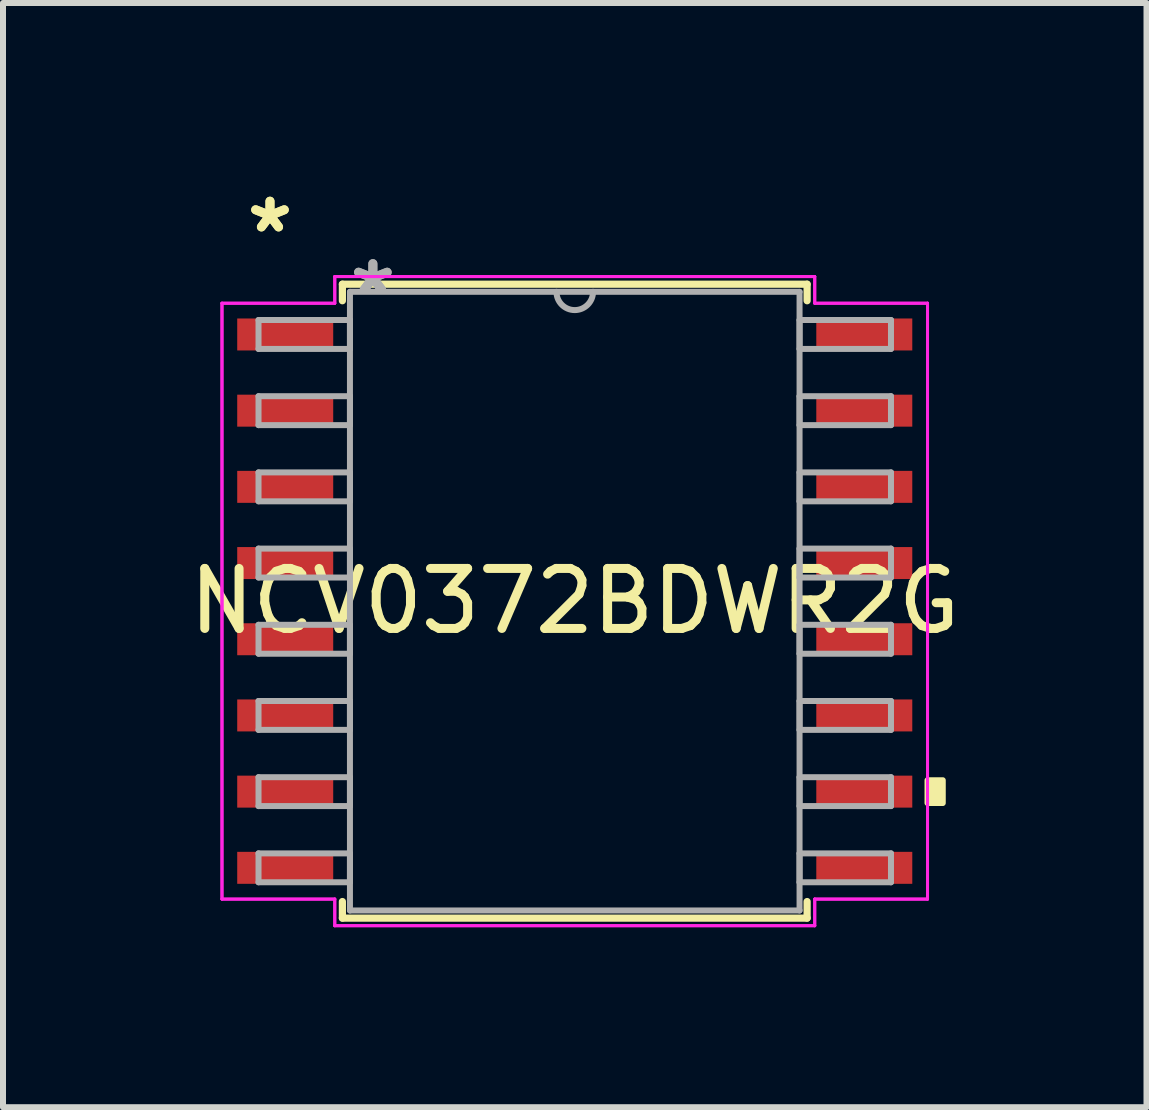
<source format=kicad_pcb>
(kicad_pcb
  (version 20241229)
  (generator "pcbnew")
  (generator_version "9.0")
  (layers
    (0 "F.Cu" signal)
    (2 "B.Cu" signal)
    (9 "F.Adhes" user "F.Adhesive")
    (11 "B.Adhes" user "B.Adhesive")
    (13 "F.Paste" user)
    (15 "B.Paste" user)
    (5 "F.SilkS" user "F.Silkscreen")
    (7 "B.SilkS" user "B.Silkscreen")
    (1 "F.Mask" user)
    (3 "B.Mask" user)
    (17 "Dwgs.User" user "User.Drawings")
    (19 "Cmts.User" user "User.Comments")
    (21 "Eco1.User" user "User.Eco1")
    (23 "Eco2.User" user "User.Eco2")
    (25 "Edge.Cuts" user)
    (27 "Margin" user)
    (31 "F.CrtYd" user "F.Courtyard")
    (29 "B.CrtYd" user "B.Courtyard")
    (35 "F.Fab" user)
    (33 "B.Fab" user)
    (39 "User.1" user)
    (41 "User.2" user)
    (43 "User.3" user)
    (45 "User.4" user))
  (footprint "NCV0372BDWR2G"
    (layer "F.Cu")
    (at 6.53 6.97)
    (property "Reference" "NCV0372BDWR2G" (at 0 0 0) (layer "F.SilkS") (effects (font (size 1 1) (thickness 0.15))))
    (attr through_hole)
    (fp_line (start -3.873 -5.283) (end -3.873 -5.007) (stroke (width 0.12) (type solid)) (layer "F.SilkS"))
    (fp_line (start -3.873 5.007) (end -3.873 5.283) (stroke (width 0.12) (type solid)) (layer "F.SilkS"))
    (fp_line (start -3.873 5.283) (end 3.873 5.283) (stroke (width 0.12) (type solid)) (layer "F.SilkS"))
    (fp_line (start 3.873 -5.283) (end -3.873 -5.283) (stroke (width 0.12) (type solid)) (layer "F.SilkS"))
    (fp_line (start 3.873 -5.007) (end 3.873 -5.283) (stroke (width 0.12) (type solid)) (layer "F.SilkS"))
    (fp_line (start 3.873 5.283) (end 3.873 5.007) (stroke (width 0.12) (type solid)) (layer "F.SilkS"))
    (fp_poly (pts (xy 6.134 2.985) (xy 6.134 3.365) (xy 5.88 3.365) (xy 5.88 2.985)) (stroke (width 0.1) (type solid)) (fill yes) (layer "F.SilkS"))
    (fp_line (start -5.88 -4.966) (end -4 -4.966) (stroke (width 0.05) (type solid)) (layer "F.CrtYd"))
    (fp_line (start -5.88 -4.966) (end -4 -4.966) (stroke (width 0.05) (type solid)) (layer "F.CrtYd"))
    (fp_line (start -5.88 4.966) (end -5.88 -4.966) (stroke (width 0.05) (type solid)) (layer "F.CrtYd"))
    (fp_line (start -5.88 4.966) (end -5.88 -4.966) (stroke (width 0.05) (type solid)) (layer "F.CrtYd"))
    (fp_line (start -5.88 4.966) (end -4 4.966) (stroke (width 0.05) (type solid)) (layer "F.CrtYd"))
    (fp_line (start -4 -5.41) (end 4 -5.41) (stroke (width 0.05) (type solid)) (layer "F.CrtYd"))
    (fp_line (start -4 -5.41) (end 4 -5.41) (stroke (width 0.05) (type solid)) (layer "F.CrtYd"))
    (fp_line (start -4 -4.966) (end -4 -5.41) (stroke (width 0.05) (type solid)) (layer "F.CrtYd"))
    (fp_line (start -4 -4.966) (end -4 -5.41) (stroke (width 0.05) (type solid)) (layer "F.CrtYd"))
    (fp_line (start -4 4.966) (end -5.88 4.966) (stroke (width 0.05) (type solid)) (layer "F.CrtYd"))
    (fp_line (start -4 5.41) (end -4 4.966) (stroke (width 0.05) (type solid)) (layer "F.CrtYd"))
    (fp_line (start -4 5.41) (end -4 4.966) (stroke (width 0.05) (type solid)) (layer "F.CrtYd"))
    (fp_line (start 4 -5.41) (end 4 -4.966) (stroke (width 0.05) (type solid)) (layer "F.CrtYd"))
    (fp_line (start 4 -5.41) (end 4 -4.966) (stroke (width 0.05) (type solid)) (layer "F.CrtYd"))
    (fp_line (start 4 -4.966) (end 5.88 -4.966) (stroke (width 0.05) (type solid)) (layer "F.CrtYd"))
    (fp_line (start 4 4.966) (end 4 5.41) (stroke (width 0.05) (type solid)) (layer "F.CrtYd"))
    (fp_line (start 4 4.966) (end 4 5.41) (stroke (width 0.05) (type solid)) (layer "F.CrtYd"))
    (fp_line (start 4 5.41) (end -4 5.41) (stroke (width 0.05) (type solid)) (layer "F.CrtYd"))
    (fp_line (start 4 5.41) (end -4 5.41) (stroke (width 0.05) (type solid)) (layer "F.CrtYd"))
    (fp_line (start 5.88 -4.966) (end 4 -4.966) (stroke (width 0.05) (type solid)) (layer "F.CrtYd"))
    (fp_line (start 5.88 -4.966) (end 5.88 4.966) (stroke (width 0.05) (type solid)) (layer "F.CrtYd"))
    (fp_line (start 5.88 -4.966) (end 5.88 4.966) (stroke (width 0.05) (type solid)) (layer "F.CrtYd"))
    (fp_line (start 5.88 4.966) (end 4 4.966) (stroke (width 0.05) (type solid)) (layer "F.CrtYd"))
    (fp_line (start 5.88 4.966) (end 4 4.966) (stroke (width 0.05) (type solid)) (layer "F.CrtYd"))
    (fp_line (start -5.271 -4.686) (end -5.271 -4.204) (stroke (width 0.1) (type solid)) (layer "F.Fab"))
    (fp_line (start -5.271 -4.204) (end -3.747 -4.204) (stroke (width 0.1) (type solid)) (layer "F.Fab"))
    (fp_line (start -5.271 -3.416) (end -5.271 -2.934) (stroke (width 0.1) (type solid)) (layer "F.Fab"))
    (fp_line (start -5.271 -2.934) (end -3.747 -2.934) (stroke (width 0.1) (type solid)) (layer "F.Fab"))
    (fp_line (start -5.271 -2.146) (end -5.271 -1.664) (stroke (width 0.1) (type solid)) (layer "F.Fab"))
    (fp_line (start -5.271 -1.664) (end -3.747 -1.664) (stroke (width 0.1) (type solid)) (layer "F.Fab"))
    (fp_line (start -5.271 -0.876) (end -5.271 -0.394) (stroke (width 0.1) (type solid)) (layer "F.Fab"))
    (fp_line (start -5.271 -0.394) (end -3.747 -0.394) (stroke (width 0.1) (type solid)) (layer "F.Fab"))
    (fp_line (start -5.271 0.394) (end -5.271 0.876) (stroke (width 0.1) (type solid)) (layer "F.Fab"))
    (fp_line (start -5.271 0.876) (end -3.747 0.876) (stroke (width 0.1) (type solid)) (layer "F.Fab"))
    (fp_line (start -5.271 1.664) (end -5.271 2.146) (stroke (width 0.1) (type solid)) (layer "F.Fab"))
    (fp_line (start -5.271 2.146) (end -3.747 2.146) (stroke (width 0.1) (type solid)) (layer "F.Fab"))
    (fp_line (start -5.271 2.934) (end -5.271 3.416) (stroke (width 0.1) (type solid)) (layer "F.Fab"))
    (fp_line (start -5.271 3.416) (end -3.747 3.416) (stroke (width 0.1) (type solid)) (layer "F.Fab"))
    (fp_line (start -5.271 4.204) (end -5.271 4.686) (stroke (width 0.1) (type solid)) (layer "F.Fab"))
    (fp_line (start -5.271 4.686) (end -3.747 4.686) (stroke (width 0.1) (type solid)) (layer "F.Fab"))
    (fp_line (start -3.747 -5.156) (end -3.747 5.156) (stroke (width 0.1) (type solid)) (layer "F.Fab"))
    (fp_line (start -3.747 -4.686) (end -5.271 -4.686) (stroke (width 0.1) (type solid)) (layer "F.Fab"))
    (fp_line (start -3.747 -4.204) (end -3.747 -4.686) (stroke (width 0.1) (type solid)) (layer "F.Fab"))
    (fp_line (start -3.747 -3.416) (end -5.271 -3.416) (stroke (width 0.1) (type solid)) (layer "F.Fab"))
    (fp_line (start -3.747 -2.934) (end -3.747 -3.416) (stroke (width 0.1) (type solid)) (layer "F.Fab"))
    (fp_line (start -3.747 -2.146) (end -5.271 -2.146) (stroke (width 0.1) (type solid)) (layer "F.Fab"))
    (fp_line (start -3.747 -1.664) (end -3.747 -2.146) (stroke (width 0.1) (type solid)) (layer "F.Fab"))
    (fp_line (start -3.747 -0.876) (end -5.271 -0.876) (stroke (width 0.1) (type solid)) (layer "F.Fab"))
    (fp_line (start -3.747 -0.394) (end -3.747 -0.876) (stroke (width 0.1) (type solid)) (layer "F.Fab"))
    (fp_line (start -3.747 0.394) (end -5.271 0.394) (stroke (width 0.1) (type solid)) (layer "F.Fab"))
    (fp_line (start -3.747 0.876) (end -3.747 0.394) (stroke (width 0.1) (type solid)) (layer "F.Fab"))
    (fp_line (start -3.747 1.664) (end -5.271 1.664) (stroke (width 0.1) (type solid)) (layer "F.Fab"))
    (fp_line (start -3.747 2.146) (end -3.747 1.664) (stroke (width 0.1) (type solid)) (layer "F.Fab"))
    (fp_line (start -3.747 2.934) (end -5.271 2.934) (stroke (width 0.1) (type solid)) (layer "F.Fab"))
    (fp_line (start -3.747 3.416) (end -3.747 2.934) (stroke (width 0.1) (type solid)) (layer "F.Fab"))
    (fp_line (start -3.747 4.204) (end -5.271 4.204) (stroke (width 0.1) (type solid)) (layer "F.Fab"))
    (fp_line (start -3.747 4.686) (end -3.747 4.204) (stroke (width 0.1) (type solid)) (layer "F.Fab"))
    (fp_line (start -3.747 5.156) (end 3.747 5.156) (stroke (width 0.1) (type solid)) (layer "F.Fab"))
    (fp_line (start 3.747 -5.156) (end -3.747 -5.156) (stroke (width 0.1) (type solid)) (layer "F.Fab"))
    (fp_line (start 3.747 -4.686) (end 3.747 -4.204) (stroke (width 0.1) (type solid)) (layer "F.Fab"))
    (fp_line (start 3.747 -4.204) (end 5.271 -4.204) (stroke (width 0.1) (type solid)) (layer "F.Fab"))
    (fp_line (start 3.747 -3.416) (end 3.747 -2.934) (stroke (width 0.1) (type solid)) (layer "F.Fab"))
    (fp_line (start 3.747 -2.934) (end 5.271 -2.934) (stroke (width 0.1) (type solid)) (layer "F.Fab"))
    (fp_line (start 3.747 -2.146) (end 3.747 -1.664) (stroke (width 0.1) (type solid)) (layer "F.Fab"))
    (fp_line (start 3.747 -1.664) (end 5.271 -1.664) (stroke (width 0.1) (type solid)) (layer "F.Fab"))
    (fp_line (start 3.747 -0.876) (end 3.747 -0.394) (stroke (width 0.1) (type solid)) (layer "F.Fab"))
    (fp_line (start 3.747 -0.394) (end 5.271 -0.394) (stroke (width 0.1) (type solid)) (layer "F.Fab"))
    (fp_line (start 3.747 0.394) (end 3.747 0.876) (stroke (width 0.1) (type solid)) (layer "F.Fab"))
    (fp_line (start 3.747 0.876) (end 5.271 0.876) (stroke (width 0.1) (type solid)) (layer "F.Fab"))
    (fp_line (start 3.747 1.664) (end 3.747 2.146) (stroke (width 0.1) (type solid)) (layer "F.Fab"))
    (fp_line (start 3.747 2.146) (end 5.271 2.146) (stroke (width 0.1) (type solid)) (layer "F.Fab"))
    (fp_line (start 3.747 2.934) (end 3.747 3.416) (stroke (width 0.1) (type solid)) (layer "F.Fab"))
    (fp_line (start 3.747 3.416) (end 5.271 3.416) (stroke (width 0.1) (type solid)) (layer "F.Fab"))
    (fp_line (start 3.747 4.204) (end 3.747 4.686) (stroke (width 0.1) (type solid)) (layer "F.Fab"))
    (fp_line (start 3.747 4.686) (end 5.271 4.686) (stroke (width 0.1) (type solid)) (layer "F.Fab"))
    (fp_line (start 3.747 5.156) (end 3.747 -5.156) (stroke (width 0.1) (type solid)) (layer "F.Fab"))
    (fp_line (start 5.271 -4.686) (end 3.747 -4.686) (stroke (width 0.1) (type solid)) (layer "F.Fab"))
    (fp_line (start 5.271 -4.204) (end 5.271 -4.686) (stroke (width 0.1) (type solid)) (layer "F.Fab"))
    (fp_line (start 5.271 -3.416) (end 3.747 -3.416) (stroke (width 0.1) (type solid)) (layer "F.Fab"))
    (fp_line (start 5.271 -2.934) (end 5.271 -3.416) (stroke (width 0.1) (type solid)) (layer "F.Fab"))
    (fp_line (start 5.271 -2.146) (end 3.747 -2.146) (stroke (width 0.1) (type solid)) (layer "F.Fab"))
    (fp_line (start 5.271 -1.664) (end 5.271 -2.146) (stroke (width 0.1) (type solid)) (layer "F.Fab"))
    (fp_line (start 5.271 -0.876) (end 3.747 -0.876) (stroke (width 0.1) (type solid)) (layer "F.Fab"))
    (fp_line (start 5.271 -0.394) (end 5.271 -0.876) (stroke (width 0.1) (type solid)) (layer "F.Fab"))
    (fp_line (start 5.271 0.394) (end 3.747 0.394) (stroke (width 0.1) (type solid)) (layer "F.Fab"))
    (fp_line (start 5.271 0.876) (end 5.271 0.394) (stroke (width 0.1) (type solid)) (layer "F.Fab"))
    (fp_line (start 5.271 1.664) (end 3.747 1.664) (stroke (width 0.1) (type solid)) (layer "F.Fab"))
    (fp_line (start 5.271 2.146) (end 5.271 1.664) (stroke (width 0.1) (type solid)) (layer "F.Fab"))
    (fp_line (start 5.271 2.934) (end 3.747 2.934) (stroke (width 0.1) (type solid)) (layer "F.Fab"))
    (fp_line (start 5.271 3.416) (end 5.271 2.934) (stroke (width 0.1) (type solid)) (layer "F.Fab"))
    (fp_line (start 5.271 4.204) (end 3.747 4.204) (stroke (width 0.1) (type solid)) (layer "F.Fab"))
    (fp_line (start 5.271 4.686) (end 5.271 4.204) (stroke (width 0.1) (type solid)) (layer "F.Fab"))
    (fp_arc (start 0.3048 -5.1562) (mid 0 -4.8514) (end -0.3048 -5.1562) (stroke (width 0.1) (type solid)) (layer "F.Fab"))
    (fp_text user "*" (at -5.08 -6.121 0) (layer "F.SilkS") (effects (font (size 1 1) (thickness 0.15))))
    (fp_text user "*" (at -5.08 -6.121 0) (layer "F.SilkS") (effects (font (size 1 1) (thickness 0.15))))
    (fp_text user "*" (at -3.365 -5.08 0) (layer "F.Fab") (effects (font (size 1 1) (thickness 0.15))))
    (fp_text user "*" (at -3.365 -5.08 0) (layer "F.Fab") (effects (font (size 1 1) (thickness 0.15))))
    (pad "1" smd rect (at -4.826 -4.445) (size 1.6 0.533) (layers "F.Cu" "F.Mask" "F.Paste"))
    (pad "2" smd rect (at -4.826 -3.175) (size 1.6 0.533) (layers "F.Cu" "F.Mask" "F.Paste"))
    (pad "3" smd rect (at -4.826 -1.905) (size 1.6 0.533) (layers "F.Cu" "F.Mask" "F.Paste"))
    (pad "4" smd rect (at -4.826 -0.635) (size 1.6 0.533) (layers "F.Cu" "F.Mask" "F.Paste"))
    (pad "5" smd rect (at -4.826 0.635) (size 1.6 0.533) (layers "F.Cu" "F.Mask" "F.Paste"))
    (pad "6" smd rect (at -4.826 1.905) (size 1.6 0.533) (layers "F.Cu" "F.Mask" "F.Paste"))
    (pad "7" smd rect (at -4.826 3.175) (size 1.6 0.533) (layers "F.Cu" "F.Mask" "F.Paste"))
    (pad "8" smd rect (at -4.826 4.445) (size 1.6 0.533) (layers "F.Cu" "F.Mask" "F.Paste"))
    (pad "9" smd rect (at 4.826 4.445) (size 1.6 0.533) (layers "F.Cu" "F.Mask" "F.Paste"))
    (pad "10" smd rect (at 4.826 3.175) (size 1.6 0.533) (layers "F.Cu" "F.Mask" "F.Paste"))
    (pad "11" smd rect (at 4.826 1.905) (size 1.6 0.533) (layers "F.Cu" "F.Mask" "F.Paste"))
    (pad "12" smd rect (at 4.826 0.635) (size 1.6 0.533) (layers "F.Cu" "F.Mask" "F.Paste"))
    (pad "13" smd rect (at 4.826 -0.635) (size 1.6 0.533) (layers "F.Cu" "F.Mask" "F.Paste"))
    (pad "14" smd rect (at 4.826 -1.905) (size 1.6 0.533) (layers "F.Cu" "F.Mask" "F.Paste"))
    (pad "15" smd rect (at 4.826 -3.175) (size 1.6 0.533) (layers "F.Cu" "F.Mask" "F.Paste"))
    (pad "16" smd rect (at 4.826 -4.445) (size 1.6 0.533) (layers "F.Cu" "F.Mask" "F.Paste")))
  (gr_rect
    (start -3 -3)
    (end 16.06 15.405)
    (stroke (width 0.1) (type default))
    (fill no)
    (layer "Edge.Cuts")))
</source>
